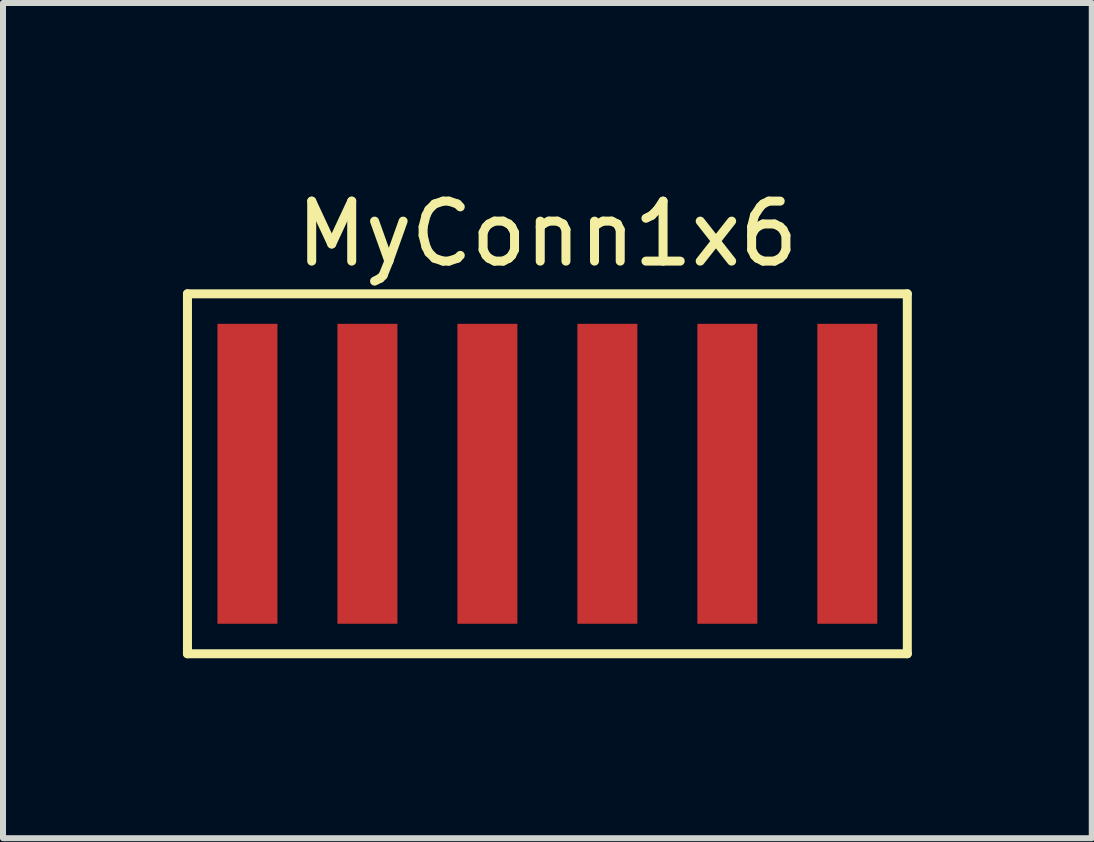
<source format=kicad_pcb>
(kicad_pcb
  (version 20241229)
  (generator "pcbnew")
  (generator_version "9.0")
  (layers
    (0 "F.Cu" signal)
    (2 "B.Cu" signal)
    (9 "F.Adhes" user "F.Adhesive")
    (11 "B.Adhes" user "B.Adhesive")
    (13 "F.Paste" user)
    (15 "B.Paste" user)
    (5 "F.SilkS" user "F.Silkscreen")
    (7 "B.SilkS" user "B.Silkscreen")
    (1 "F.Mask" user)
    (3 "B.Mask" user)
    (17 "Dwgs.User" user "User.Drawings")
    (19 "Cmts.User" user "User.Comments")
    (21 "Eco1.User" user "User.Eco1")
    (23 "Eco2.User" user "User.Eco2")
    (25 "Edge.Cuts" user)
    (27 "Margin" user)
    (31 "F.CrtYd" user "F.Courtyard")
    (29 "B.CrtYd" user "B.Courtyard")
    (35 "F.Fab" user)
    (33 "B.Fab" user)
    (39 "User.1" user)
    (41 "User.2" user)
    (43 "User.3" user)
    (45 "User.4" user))
  (footprint "MyConn1x6"
    (layer "F.Cu")
    (at 6.075 4.848)
    (property "Reference" "MyConn1x6" (at 0 -4 0) (layer "F.SilkS") (effects (font (size 1 1) (thickness 0.15))))
    (attr smd)
    (fp_line (start -6 -3) (end -6 3) (stroke (width 0.15) (type solid)) (layer "F.SilkS"))
    (fp_line (start -6 3) (end 6 3) (stroke (width 0.15) (type solid)) (layer "F.SilkS"))
    (fp_line (start 6 -3) (end -6 -3) (stroke (width 0.15) (type solid)) (layer "F.SilkS"))
    (fp_line (start 6 3) (end 6 -3) (stroke (width 0.15) (type solid)) (layer "F.SilkS"))
    (pad "1" smd rect (at -5 0) (size 1 5) (layers "F.Cu" "F.Mask" "F.Paste"))
    (pad "2" smd rect (at -3 0) (size 1 5) (layers "F.Cu" "F.Mask" "F.Paste"))
    (pad "3" smd rect (at -1 0) (size 1 5) (layers "F.Cu" "F.Mask" "F.Paste"))
    (pad "4" smd rect (at 1 0) (size 1 5) (layers "F.Cu" "F.Mask" "F.Paste"))
    (pad "5" smd rect (at 3 0) (size 1 5) (layers "F.Cu" "F.Mask" "F.Paste"))
    (pad "6" smd rect (at 5 0) (size 1 5) (layers "F.Cu" "F.Mask" "F.Paste")))
  (gr_rect
    (start -3 -3)
    (end 15.15 10.923)
    (stroke (width 0.1) (type default))
    (fill no)
    (layer "Edge.Cuts")))
</source>
